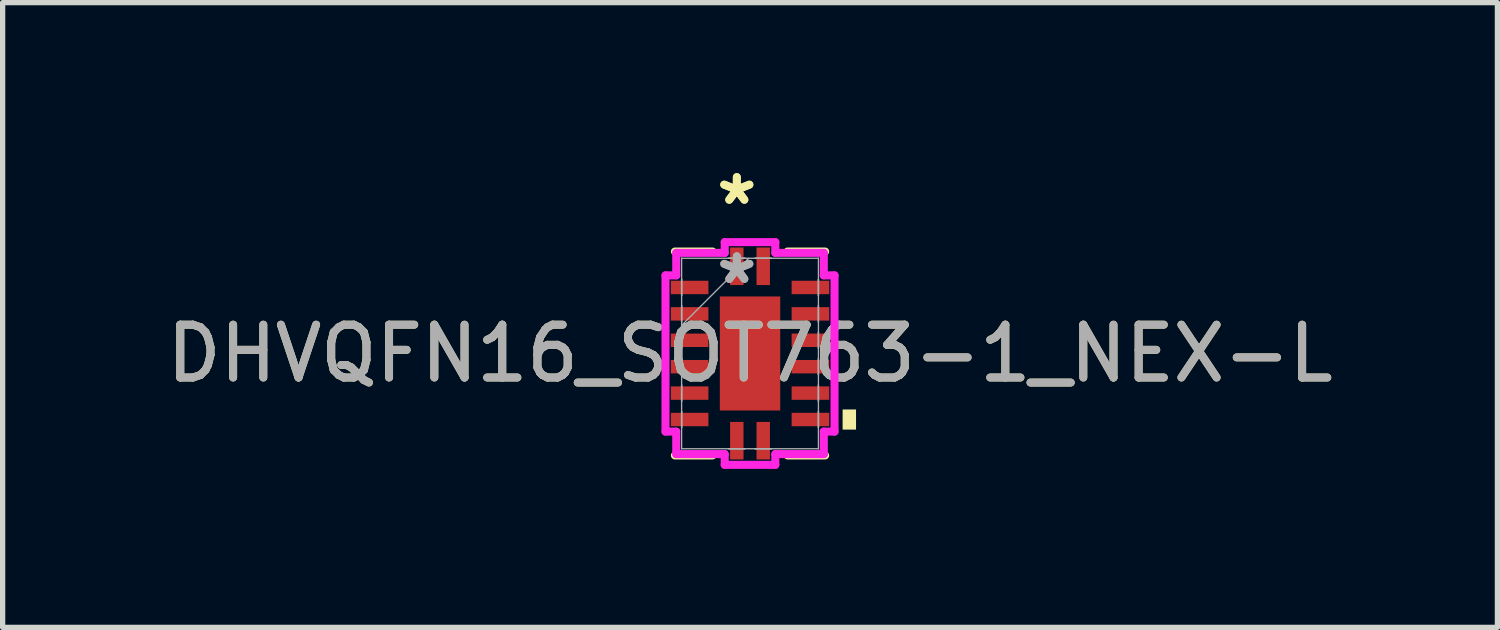
<source format=kicad_pcb>
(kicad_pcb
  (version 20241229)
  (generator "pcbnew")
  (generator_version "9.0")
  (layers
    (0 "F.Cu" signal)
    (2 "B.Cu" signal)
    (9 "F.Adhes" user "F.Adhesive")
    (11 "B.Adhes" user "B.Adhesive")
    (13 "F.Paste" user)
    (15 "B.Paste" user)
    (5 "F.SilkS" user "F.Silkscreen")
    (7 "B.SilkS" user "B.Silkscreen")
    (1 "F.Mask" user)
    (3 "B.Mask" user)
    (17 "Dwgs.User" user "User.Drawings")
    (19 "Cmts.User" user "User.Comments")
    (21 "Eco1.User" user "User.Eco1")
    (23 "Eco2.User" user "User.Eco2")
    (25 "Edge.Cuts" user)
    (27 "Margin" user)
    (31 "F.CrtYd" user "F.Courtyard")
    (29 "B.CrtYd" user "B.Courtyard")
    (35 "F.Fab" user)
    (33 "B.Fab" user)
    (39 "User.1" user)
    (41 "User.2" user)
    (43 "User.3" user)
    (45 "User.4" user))
  (footprint "DHVQFN16_SOT763-1_NEX-L"
    (layer "F.Cu")
    (at 11.149 3.642)
    (property "Reference" "DHVQFN16_SOT763-1_NEX-L" (at 0 0 0) (unlocked yes) (layer "F.SilkS") (effects (font (size 1 1) (thickness 0.15))))
    (attr smd)
    (fp_line (start -1.422 1.93) (end -0.71 1.93) (stroke (width 0.152) (type solid)) (layer "F.SilkS"))
    (fp_line (start -0.71 -1.93) (end -1.422 -1.93) (stroke (width 0.152) (type solid)) (layer "F.SilkS"))
    (fp_line (start 0.71 1.93) (end 1.422 1.93) (stroke (width 0.152) (type solid)) (layer "F.SilkS"))
    (fp_line (start 1.422 -1.93) (end 0.71 -1.93) (stroke (width 0.152) (type solid)) (layer "F.SilkS"))
    (fp_poly (pts (xy 2.007 1.06) (xy 2.007 1.441) (xy 1.753 1.441) (xy 1.753 1.06)) (stroke (width 0) (type solid)) (fill yes) (layer "F.SilkS"))
    (fp_line (start -1.6 -1.479) (end -1.397 -1.479) (stroke (width 0.152) (type solid)) (layer "F.CrtYd"))
    (fp_line (start -1.6 1.479) (end -1.6 -1.479) (stroke (width 0.152) (type solid)) (layer "F.CrtYd"))
    (fp_line (start -1.397 -1.905) (end -0.479 -1.905) (stroke (width 0.152) (type solid)) (layer "F.CrtYd"))
    (fp_line (start -1.397 -1.479) (end -1.397 -1.905) (stroke (width 0.152) (type solid)) (layer "F.CrtYd"))
    (fp_line (start -1.397 1.479) (end -1.6 1.479) (stroke (width 0.152) (type solid)) (layer "F.CrtYd"))
    (fp_line (start -1.397 1.905) (end -1.397 1.479) (stroke (width 0.152) (type solid)) (layer "F.CrtYd"))
    (fp_line (start -0.479 -2.108) (end 0.479 -2.108) (stroke (width 0.152) (type solid)) (layer "F.CrtYd"))
    (fp_line (start -0.479 -1.905) (end -0.479 -2.108) (stroke (width 0.152) (type solid)) (layer "F.CrtYd"))
    (fp_line (start -0.479 1.905) (end -1.397 1.905) (stroke (width 0.152) (type solid)) (layer "F.CrtYd"))
    (fp_line (start -0.479 2.108) (end -0.479 1.905) (stroke (width 0.152) (type solid)) (layer "F.CrtYd"))
    (fp_line (start 0.479 -2.108) (end 0.479 -1.905) (stroke (width 0.152) (type solid)) (layer "F.CrtYd"))
    (fp_line (start 0.479 -1.905) (end 1.397 -1.905) (stroke (width 0.152) (type solid)) (layer "F.CrtYd"))
    (fp_line (start 0.479 1.905) (end 0.479 2.108) (stroke (width 0.152) (type solid)) (layer "F.CrtYd"))
    (fp_line (start 0.479 2.108) (end -0.479 2.108) (stroke (width 0.152) (type solid)) (layer "F.CrtYd"))
    (fp_line (start 1.397 -1.905) (end 1.397 -1.479) (stroke (width 0.152) (type solid)) (layer "F.CrtYd"))
    (fp_line (start 1.397 -1.479) (end 1.6 -1.479) (stroke (width 0.152) (type solid)) (layer "F.CrtYd"))
    (fp_line (start 1.397 1.479) (end 1.397 1.905) (stroke (width 0.152) (type solid)) (layer "F.CrtYd"))
    (fp_line (start 1.397 1.905) (end 0.479 1.905) (stroke (width 0.152) (type solid)) (layer "F.CrtYd"))
    (fp_line (start 1.6 -1.479) (end 1.6 1.479) (stroke (width 0.152) (type solid)) (layer "F.CrtYd"))
    (fp_line (start 1.6 1.479) (end 1.397 1.479) (stroke (width 0.152) (type solid)) (layer "F.CrtYd"))
    (fp_line (start -1.295 -1.803) (end -1.295 -1.803) (stroke (width 0.025) (type solid)) (layer "F.Fab"))
    (fp_line (start -1.295 -1.803) (end -1.295 1.803) (stroke (width 0.025) (type solid)) (layer "F.Fab"))
    (fp_line (start -1.295 -1.403) (end -1.295 -1.403) (stroke (width 0.025) (type solid)) (layer "F.Fab"))
    (fp_line (start -1.295 -1.403) (end -1.295 -1.098) (stroke (width 0.025) (type solid)) (layer "F.Fab"))
    (fp_line (start -1.295 -1.098) (end -1.295 -1.403) (stroke (width 0.025) (type solid)) (layer "F.Fab"))
    (fp_line (start -1.295 -1.098) (end -1.295 -1.098) (stroke (width 0.025) (type solid)) (layer "F.Fab"))
    (fp_line (start -1.295 -0.903) (end -1.295 -0.903) (stroke (width 0.025) (type solid)) (layer "F.Fab"))
    (fp_line (start -1.295 -0.903) (end -1.295 -0.598) (stroke (width 0.025) (type solid)) (layer "F.Fab"))
    (fp_line (start -1.295 -0.598) (end -1.295 -0.903) (stroke (width 0.025) (type solid)) (layer "F.Fab"))
    (fp_line (start -1.295 -0.598) (end -1.295 -0.598) (stroke (width 0.025) (type solid)) (layer "F.Fab"))
    (fp_line (start -1.295 -0.533) (end -0.025 -1.803) (stroke (width 0.025) (type solid)) (layer "F.Fab"))
    (fp_line (start -1.295 -0.402) (end -1.295 -0.402) (stroke (width 0.025) (type solid)) (layer "F.Fab"))
    (fp_line (start -1.295 -0.402) (end -1.295 -0.098) (stroke (width 0.025) (type solid)) (layer "F.Fab"))
    (fp_line (start -1.295 -0.098) (end -1.295 -0.402) (stroke (width 0.025) (type solid)) (layer "F.Fab"))
    (fp_line (start -1.295 -0.098) (end -1.295 -0.098) (stroke (width 0.025) (type solid)) (layer "F.Fab"))
    (fp_line (start -1.295 0.098) (end -1.295 0.098) (stroke (width 0.025) (type solid)) (layer "F.Fab"))
    (fp_line (start -1.295 0.098) (end -1.295 0.402) (stroke (width 0.025) (type solid)) (layer "F.Fab"))
    (fp_line (start -1.295 0.402) (end -1.295 0.098) (stroke (width 0.025) (type solid)) (layer "F.Fab"))
    (fp_line (start -1.295 0.402) (end -1.295 0.402) (stroke (width 0.025) (type solid)) (layer "F.Fab"))
    (fp_line (start -1.295 0.598) (end -1.295 0.598) (stroke (width 0.025) (type solid)) (layer "F.Fab"))
    (fp_line (start -1.295 0.598) (end -1.295 0.903) (stroke (width 0.025) (type solid)) (layer "F.Fab"))
    (fp_line (start -1.295 0.903) (end -1.295 0.598) (stroke (width 0.025) (type solid)) (layer "F.Fab"))
    (fp_line (start -1.295 0.903) (end -1.295 0.903) (stroke (width 0.025) (type solid)) (layer "F.Fab"))
    (fp_line (start -1.295 1.098) (end -1.295 1.098) (stroke (width 0.025) (type solid)) (layer "F.Fab"))
    (fp_line (start -1.295 1.098) (end -1.295 1.403) (stroke (width 0.025) (type solid)) (layer "F.Fab"))
    (fp_line (start -1.295 1.403) (end -1.295 1.098) (stroke (width 0.025) (type solid)) (layer "F.Fab"))
    (fp_line (start -1.295 1.403) (end -1.295 1.403) (stroke (width 0.025) (type solid)) (layer "F.Fab"))
    (fp_line (start -1.295 1.803) (end -1.295 1.803) (stroke (width 0.025) (type solid)) (layer "F.Fab"))
    (fp_line (start -1.295 1.803) (end 1.295 1.803) (stroke (width 0.025) (type solid)) (layer "F.Fab"))
    (fp_line (start -0.402 -1.803) (end -0.402 -1.803) (stroke (width 0.025) (type solid)) (layer "F.Fab"))
    (fp_line (start -0.402 -1.803) (end -0.098 -1.803) (stroke (width 0.025) (type solid)) (layer "F.Fab"))
    (fp_line (start -0.402 1.803) (end -0.402 1.803) (stroke (width 0.025) (type solid)) (layer "F.Fab"))
    (fp_line (start -0.402 1.803) (end -0.098 1.803) (stroke (width 0.025) (type solid)) (layer "F.Fab"))
    (fp_line (start -0.098 -1.803) (end -0.402 -1.803) (stroke (width 0.025) (type solid)) (layer "F.Fab"))
    (fp_line (start -0.098 -1.803) (end -0.098 -1.803) (stroke (width 0.025) (type solid)) (layer "F.Fab"))
    (fp_line (start -0.098 1.803) (end -0.402 1.803) (stroke (width 0.025) (type solid)) (layer "F.Fab"))
    (fp_line (start -0.098 1.803) (end -0.098 1.803) (stroke (width 0.025) (type solid)) (layer "F.Fab"))
    (fp_line (start 0.098 -1.803) (end 0.098 -1.803) (stroke (width 0.025) (type solid)) (layer "F.Fab"))
    (fp_line (start 0.098 -1.803) (end 0.402 -1.803) (stroke (width 0.025) (type solid)) (layer "F.Fab"))
    (fp_line (start 0.098 1.803) (end 0.098 1.803) (stroke (width 0.025) (type solid)) (layer "F.Fab"))
    (fp_line (start 0.098 1.803) (end 0.402 1.803) (stroke (width 0.025) (type solid)) (layer "F.Fab"))
    (fp_line (start 0.402 -1.803) (end 0.098 -1.803) (stroke (width 0.025) (type solid)) (layer "F.Fab"))
    (fp_line (start 0.402 -1.803) (end 0.402 -1.803) (stroke (width 0.025) (type solid)) (layer "F.Fab"))
    (fp_line (start 0.402 1.803) (end 0.098 1.803) (stroke (width 0.025) (type solid)) (layer "F.Fab"))
    (fp_line (start 0.402 1.803) (end 0.402 1.803) (stroke (width 0.025) (type solid)) (layer "F.Fab"))
    (fp_line (start 1.295 -1.803) (end -1.295 -1.803) (stroke (width 0.025) (type solid)) (layer "F.Fab"))
    (fp_line (start 1.295 -1.803) (end 1.295 -1.803) (stroke (width 0.025) (type solid)) (layer "F.Fab"))
    (fp_line (start 1.295 -1.403) (end 1.295 -1.403) (stroke (width 0.025) (type solid)) (layer "F.Fab"))
    (fp_line (start 1.295 -1.403) (end 1.295 -1.098) (stroke (width 0.025) (type solid)) (layer "F.Fab"))
    (fp_line (start 1.295 -1.098) (end 1.295 -1.403) (stroke (width 0.025) (type solid)) (layer "F.Fab"))
    (fp_line (start 1.295 -1.098) (end 1.295 -1.098) (stroke (width 0.025) (type solid)) (layer "F.Fab"))
    (fp_line (start 1.295 -0.903) (end 1.295 -0.903) (stroke (width 0.025) (type solid)) (layer "F.Fab"))
    (fp_line (start 1.295 -0.903) (end 1.295 -0.598) (stroke (width 0.025) (type solid)) (layer "F.Fab"))
    (fp_line (start 1.295 -0.598) (end 1.295 -0.903) (stroke (width 0.025) (type solid)) (layer "F.Fab"))
    (fp_line (start 1.295 -0.598) (end 1.295 -0.598) (stroke (width 0.025) (type solid)) (layer "F.Fab"))
    (fp_line (start 1.295 -0.402) (end 1.295 -0.402) (stroke (width 0.025) (type solid)) (layer "F.Fab"))
    (fp_line (start 1.295 -0.402) (end 1.295 -0.098) (stroke (width 0.025) (type solid)) (layer "F.Fab"))
    (fp_line (start 1.295 -0.098) (end 1.295 -0.402) (stroke (width 0.025) (type solid)) (layer "F.Fab"))
    (fp_line (start 1.295 -0.098) (end 1.295 -0.098) (stroke (width 0.025) (type solid)) (layer "F.Fab"))
    (fp_line (start 1.295 0.098) (end 1.295 0.098) (stroke (width 0.025) (type solid)) (layer "F.Fab"))
    (fp_line (start 1.295 0.098) (end 1.295 0.402) (stroke (width 0.025) (type solid)) (layer "F.Fab"))
    (fp_line (start 1.295 0.402) (end 1.295 0.098) (stroke (width 0.025) (type solid)) (layer "F.Fab"))
    (fp_line (start 1.295 0.402) (end 1.295 0.402) (stroke (width 0.025) (type solid)) (layer "F.Fab"))
    (fp_line (start 1.295 0.598) (end 1.295 0.598) (stroke (width 0.025) (type solid)) (layer "F.Fab"))
    (fp_line (start 1.295 0.598) (end 1.295 0.903) (stroke (width 0.025) (type solid)) (layer "F.Fab"))
    (fp_line (start 1.295 0.903) (end 1.295 0.598) (stroke (width 0.025) (type solid)) (layer "F.Fab"))
    (fp_line (start 1.295 0.903) (end 1.295 0.903) (stroke (width 0.025) (type solid)) (layer "F.Fab"))
    (fp_line (start 1.295 1.098) (end 1.295 1.098) (stroke (width 0.025) (type solid)) (layer "F.Fab"))
    (fp_line (start 1.295 1.098) (end 1.295 1.403) (stroke (width 0.025) (type solid)) (layer "F.Fab"))
    (fp_line (start 1.295 1.403) (end 1.295 1.098) (stroke (width 0.025) (type solid)) (layer "F.Fab"))
    (fp_line (start 1.295 1.403) (end 1.295 1.403) (stroke (width 0.025) (type solid)) (layer "F.Fab"))
    (fp_line (start 1.295 1.803) (end 1.295 -1.803) (stroke (width 0.025) (type solid)) (layer "F.Fab"))
    (fp_line (start 1.295 1.803) (end 1.295 1.803) (stroke (width 0.025) (type solid)) (layer "F.Fab"))
    (fp_text user "*" (at -0.25 -2.794 0) (unlocked yes) (layer "F.SilkS") (effects (font (size 1 1) (thickness 0.15))))
    (fp_text user "*" (at -0.25 -2.794 0) (layer "F.SilkS") (effects (font (size 1 1) (thickness 0.15))))
    (fp_text user "${REFERENCE}" (at 0 0 0) (unlocked yes) (layer "F.Fab") (effects (font (size 1 1) (thickness 0.15))))
    (fp_text user "*" (at -0.25 -1.295 0) (layer "F.Fab") (effects (font (size 1 1) (thickness 0.15))))
    (fp_text user "*" (at -0.25 -1.295 0) (unlocked yes) (layer "F.Fab") (effects (font (size 1 1) (thickness 0.15))))
    (pad "1" smd rect (at -0.25 -1.651) (size 0.254 0.711) (layers "F.Cu" "F.Mask" "F.Paste"))
    (pad "2" smd rect (at -1.143 -1.25 90) (size 0.254 0.711) (layers "F.Cu" "F.Mask" "F.Paste"))
    (pad "3" smd rect (at -1.143 -0.75 90) (size 0.254 0.711) (layers "F.Cu" "F.Mask" "F.Paste"))
    (pad "4" smd rect (at -1.143 -0.25 90) (size 0.254 0.711) (layers "F.Cu" "F.Mask" "F.Paste"))
    (pad "5" smd rect (at -1.143 0.25 90) (size 0.254 0.711) (layers "F.Cu" "F.Mask" "F.Paste"))
    (pad "6" smd rect (at -1.143 0.75 90) (size 0.254 0.711) (layers "F.Cu" "F.Mask" "F.Paste"))
    (pad "7" smd rect (at -1.143 1.25 90) (size 0.254 0.711) (layers "F.Cu" "F.Mask" "F.Paste"))
    (pad "8" smd rect (at -0.25 1.651) (size 0.254 0.711) (layers "F.Cu" "F.Mask" "F.Paste"))
    (pad "9" smd rect (at 0.25 1.651) (size 0.254 0.711) (layers "F.Cu" "F.Mask" "F.Paste"))
    (pad "10" smd rect (at 1.143 1.25 90) (size 0.254 0.711) (layers "F.Cu" "F.Mask" "F.Paste"))
    (pad "11" smd rect (at 1.143 0.75 90) (size 0.254 0.711) (layers "F.Cu" "F.Mask" "F.Paste"))
    (pad "12" smd rect (at 1.143 0.25 90) (size 0.254 0.711) (layers "F.Cu" "F.Mask" "F.Paste"))
    (pad "13" smd rect (at 1.143 -0.25 90) (size 0.254 0.711) (layers "F.Cu" "F.Mask" "F.Paste"))
    (pad "14" smd rect (at 1.143 -0.75 90) (size 0.254 0.711) (layers "F.Cu" "F.Mask" "F.Paste"))
    (pad "15" smd rect (at 1.143 -1.25 90) (size 0.254 0.711) (layers "F.Cu" "F.Mask" "F.Paste"))
    (pad "16" smd rect (at 0.25 -1.651) (size 0.254 0.711) (layers "F.Cu" "F.Mask" "F.Paste"))
    (pad "17" smd rect (at 0 0) (size 1.143 2.159) (layers "F.Cu" "F.Mask" "F.Paste")))
  (gr_rect
    (start -3 -3)
    (end 25.298 8.827)
    (stroke (width 0.1) (type default))
    (fill no)
    (layer "Edge.Cuts")))
</source>
